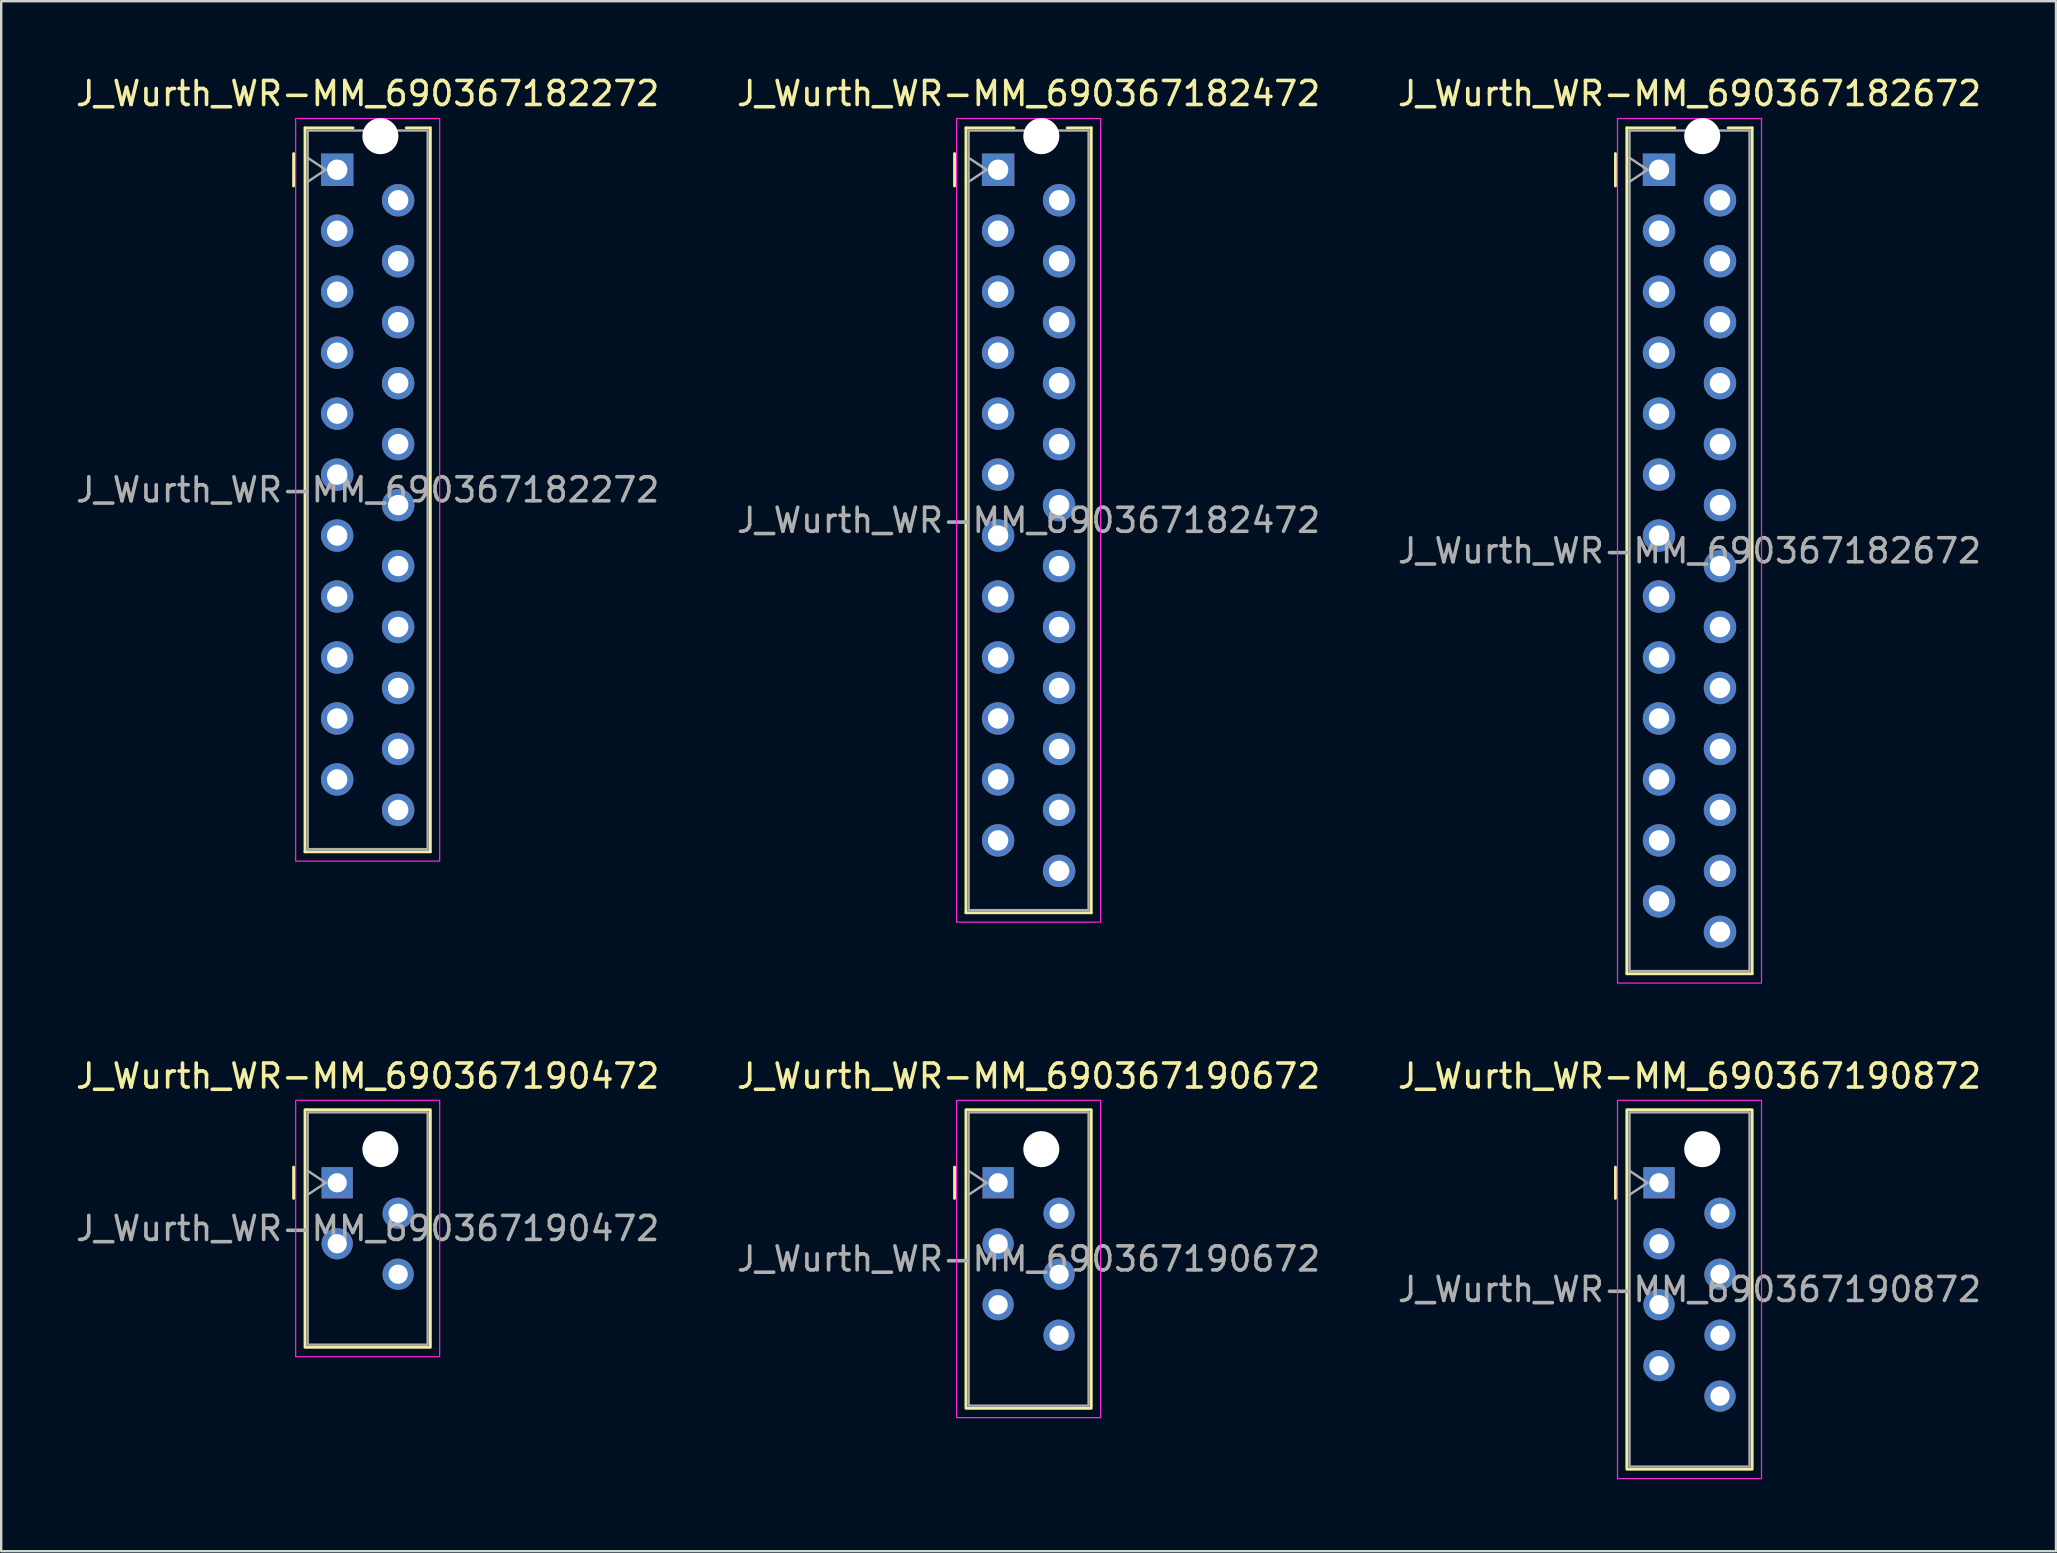
<source format=kicad_pcb>
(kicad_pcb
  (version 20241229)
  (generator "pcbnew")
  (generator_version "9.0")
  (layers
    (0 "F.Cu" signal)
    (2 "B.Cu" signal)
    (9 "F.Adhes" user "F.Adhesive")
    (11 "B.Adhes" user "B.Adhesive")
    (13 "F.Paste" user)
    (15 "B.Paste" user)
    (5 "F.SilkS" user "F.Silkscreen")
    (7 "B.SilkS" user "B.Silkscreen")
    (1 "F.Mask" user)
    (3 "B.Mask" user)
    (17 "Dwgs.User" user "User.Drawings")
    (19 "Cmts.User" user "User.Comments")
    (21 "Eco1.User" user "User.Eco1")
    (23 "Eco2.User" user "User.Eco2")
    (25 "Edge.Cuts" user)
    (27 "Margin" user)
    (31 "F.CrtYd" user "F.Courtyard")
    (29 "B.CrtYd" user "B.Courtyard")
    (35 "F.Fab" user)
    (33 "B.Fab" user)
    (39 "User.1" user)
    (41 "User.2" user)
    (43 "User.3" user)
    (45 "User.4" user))
  (footprint "J_Wurth_WR-MM_690367190672"
    (layer "F.Cu")
    (at 38.534 46.227)
    (property "Reference" "J_Wurth_WR-MM_690367190672" (at 1.27 -4.445 0) (unlocked yes) (layer "F.SilkS") (effects (font (size 1 1) (thickness 0.15))))
    (attr through_hole)
    (fp_line (start -1.815 0.65) (end -1.815 -0.65) (stroke (width 0.12) (type solid)) (layer "F.SilkS"))
    (fp_rect (start -1.34 -3.045) (end 3.88 9.395) (stroke (width 0.12) (type solid)) (fill no) (layer "F.SilkS"))
    (fp_rect (start -1.73 -3.435) (end 4.27 9.785) (stroke (width 0.05) (type solid)) (fill no) (layer "F.CrtYd"))
    (fp_line (start -0.48 0) (end -1.23 -0.5) (stroke (width 0.1) (type solid)) (layer "F.Fab"))
    (fp_line (start -0.48 0) (end -1.23 0.5) (stroke (width 0.1) (type solid)) (layer "F.Fab"))
    (fp_rect (start -1.23 -2.935) (end 3.77 9.285) (stroke (width 0.1) (type solid)) (fill no) (layer "F.Fab"))
    (fp_text user "${REFERENCE}" (at 1.27 3.175 0) (unlocked yes) (layer "F.Fab") (effects (font (size 1 1) (thickness 0.15))))
    (pad "" np_thru_hole circle (at 1.8 -1.4 90) (size 1.5 1.5) (drill 1.5) (layers "*.Cu" "*.Mask"))
    (pad "1" thru_hole rect (at 0 0 90) (size 1.3 1.3) (drill 0.8) (layers "*.Cu" "*.Mask"))
    (pad "2" thru_hole circle (at 2.54 1.27 90) (size 1.3 1.3) (drill 0.8) (layers "*.Cu" "*.Mask"))
    (pad "3" thru_hole circle (at 0 2.54 90) (size 1.3 1.3) (drill 0.8) (layers "*.Cu" "*.Mask"))
    (pad "4" thru_hole circle (at 2.54 3.81 90) (size 1.3 1.3) (drill 0.8) (layers "*.Cu" "*.Mask"))
    (pad "5" thru_hole circle (at 0 5.08 90) (size 1.3 1.3) (drill 0.8) (layers "*.Cu" "*.Mask"))
    (pad "6" thru_hole circle (at 2.54 6.35 90) (size 1.3 1.3) (drill 0.8) (layers "*.Cu" "*.Mask")))
  (footprint "J_Wurth_WR-MM_690367182672"
    (layer "F.Cu")
    (at 66.069 4.023)
    (property "Reference" "J_Wurth_WR-MM_690367182672" (at 1.27 -3.175 0) (unlocked yes) (layer "F.SilkS") (effects (font (size 1 1) (thickness 0.15))))
    (attr through_hole)
    (fp_line (start -1.815 0.675) (end -1.815 -0.675) (stroke (width 0.12) (type solid)) (layer "F.SilkS"))
    (fp_line (start -1.34 -1.745) (end -1.34 33.495) (stroke (width 0.12) (type solid)) (layer "F.SilkS"))
    (fp_line (start -1.34 -1.745) (end 0.66 -1.745) (stroke (width 0.12) (type solid)) (layer "F.SilkS"))
    (fp_line (start -1.34 33.495) (end 3.88 33.495) (stroke (width 0.12) (type solid)) (layer "F.SilkS"))
    (fp_line (start 3.88 -1.745) (end 2.88 -1.745) (stroke (width 0.12) (type solid)) (layer "F.SilkS"))
    (fp_line (start 3.88 -1.745) (end 3.88 33.495) (stroke (width 0.12) (type solid)) (layer "F.SilkS"))
    (fp_rect (start -1.73 -2.135) (end 4.27 33.885) (stroke (width 0.05) (type solid)) (fill no) (layer "F.CrtYd"))
    (fp_line (start -0.48 0) (end -1.23 -0.5) (stroke (width 0.1) (type solid)) (layer "F.Fab"))
    (fp_line (start -0.48 0) (end -1.23 0.5) (stroke (width 0.1) (type solid)) (layer "F.Fab"))
    (fp_rect (start -1.23 -1.635) (end 3.77 33.385) (stroke (width 0.1) (type solid)) (fill no) (layer "F.Fab"))
    (fp_text user "${REFERENCE}" (at 1.27 15.875 0) (unlocked yes) (layer "F.Fab") (effects (font (size 1 1) (thickness 0.15))))
    (pad "" np_thru_hole circle (at 1.8 -1.4 90) (size 1.5 1.5) (drill 1.5) (layers "*.Cu" "*.Mask"))
    (pad "1" thru_hole rect (at 0 0 90) (size 1.35 1.35) (drill 0.85) (layers "*.Cu" "*.Mask"))
    (pad "2" thru_hole circle (at 2.54 1.27 90) (size 1.35 1.35) (drill 0.85) (layers "*.Cu" "*.Mask"))
    (pad "3" thru_hole circle (at 0 2.54 90) (size 1.35 1.35) (drill 0.85) (layers "*.Cu" "*.Mask"))
    (pad "4" thru_hole circle (at 2.54 3.81 90) (size 1.35 1.35) (drill 0.85) (layers "*.Cu" "*.Mask"))
    (pad "5" thru_hole circle (at 0 5.08 90) (size 1.35 1.35) (drill 0.85) (layers "*.Cu" "*.Mask"))
    (pad "6" thru_hole circle (at 2.54 6.35 90) (size 1.35 1.35) (drill 0.85) (layers "*.Cu" "*.Mask"))
    (pad "7" thru_hole circle (at 0 7.62 90) (size 1.35 1.35) (drill 0.85) (layers "*.Cu" "*.Mask"))
    (pad "8" thru_hole circle (at 2.54 8.89 90) (size 1.35 1.35) (drill 0.85) (layers "*.Cu" "*.Mask"))
    (pad "9" thru_hole circle (at 0 10.16 90) (size 1.35 1.35) (drill 0.85) (layers "*.Cu" "*.Mask"))
    (pad "10" thru_hole circle (at 2.54 11.43 90) (size 1.35 1.35) (drill 0.85) (layers "*.Cu" "*.Mask"))
    (pad "11" thru_hole circle (at 0 12.7 90) (size 1.35 1.35) (drill 0.85) (layers "*.Cu" "*.Mask"))
    (pad "12" thru_hole circle (at 2.54 13.97 90) (size 1.35 1.35) (drill 0.85) (layers "*.Cu" "*.Mask"))
    (pad "13" thru_hole circle (at 0 15.24 90) (size 1.35 1.35) (drill 0.85) (layers "*.Cu" "*.Mask"))
    (pad "14" thru_hole circle (at 2.54 16.51 90) (size 1.35 1.35) (drill 0.85) (layers "*.Cu" "*.Mask"))
    (pad "15" thru_hole circle (at 0 17.78 90) (size 1.35 1.35) (drill 0.85) (layers "*.Cu" "*.Mask"))
    (pad "16" thru_hole circle (at 2.54 19.05 90) (size 1.35 1.35) (drill 0.85) (layers "*.Cu" "*.Mask"))
    (pad "17" thru_hole circle (at 0 20.32 90) (size 1.35 1.35) (drill 0.85) (layers "*.Cu" "*.Mask"))
    (pad "18" thru_hole circle (at 2.54 21.59 90) (size 1.35 1.35) (drill 0.85) (layers "*.Cu" "*.Mask"))
    (pad "19" thru_hole circle (at 0 22.86 90) (size 1.35 1.35) (drill 0.85) (layers "*.Cu" "*.Mask"))
    (pad "20" thru_hole circle (at 2.54 24.13 90) (size 1.35 1.35) (drill 0.85) (layers "*.Cu" "*.Mask"))
    (pad "21" thru_hole circle (at 0 25.4 90) (size 1.35 1.35) (drill 0.85) (layers "*.Cu" "*.Mask"))
    (pad "22" thru_hole circle (at 2.54 26.67 90) (size 1.35 1.35) (drill 0.85) (layers "*.Cu" "*.Mask"))
    (pad "23" thru_hole circle (at 0 27.94 90) (size 1.35 1.35) (drill 0.85) (layers "*.Cu" "*.Mask"))
    (pad "24" thru_hole circle (at 2.54 29.21 90) (size 1.35 1.35) (drill 0.85) (layers "*.Cu" "*.Mask"))
    (pad "25" thru_hole circle (at 0 30.48 90) (size 1.35 1.35) (drill 0.85) (layers "*.Cu" "*.Mask"))
    (pad "26" thru_hole circle (at 2.54 31.75 90) (size 1.35 1.35) (drill 0.85) (layers "*.Cu" "*.Mask")))
  (footprint "J_Wurth_WR-MM_690367182472"
    (layer "F.Cu")
    (at 38.534 4.023)
    (property "Reference" "J_Wurth_WR-MM_690367182472" (at 1.27 -3.175 0) (unlocked yes) (layer "F.SilkS") (effects (font (size 1 1) (thickness 0.15))))
    (attr through_hole)
    (fp_line (start -1.815 0.675) (end -1.815 -0.675) (stroke (width 0.12) (type solid)) (layer "F.SilkS"))
    (fp_line (start -1.34 -1.745) (end -1.34 30.955) (stroke (width 0.12) (type solid)) (layer "F.SilkS"))
    (fp_line (start -1.34 -1.745) (end 0.66 -1.745) (stroke (width 0.12) (type solid)) (layer "F.SilkS"))
    (fp_line (start -1.34 30.955) (end 3.88 30.955) (stroke (width 0.12) (type solid)) (layer "F.SilkS"))
    (fp_line (start 3.88 -1.745) (end 2.88 -1.745) (stroke (width 0.12) (type solid)) (layer "F.SilkS"))
    (fp_line (start 3.88 -1.745) (end 3.88 30.955) (stroke (width 0.12) (type solid)) (layer "F.SilkS"))
    (fp_rect (start -1.73 -2.135) (end 4.27 31.345) (stroke (width 0.05) (type solid)) (fill no) (layer "F.CrtYd"))
    (fp_line (start -0.48 0) (end -1.23 -0.5) (stroke (width 0.1) (type solid)) (layer "F.Fab"))
    (fp_line (start -0.48 0) (end -1.23 0.5) (stroke (width 0.1) (type solid)) (layer "F.Fab"))
    (fp_rect (start -1.23 -1.635) (end 3.77 30.845) (stroke (width 0.1) (type solid)) (fill no) (layer "F.Fab"))
    (fp_text user "${REFERENCE}" (at 1.27 14.605 0) (unlocked yes) (layer "F.Fab") (effects (font (size 1 1) (thickness 0.15))))
    (pad "" np_thru_hole circle (at 1.8 -1.4 90) (size 1.5 1.5) (drill 1.5) (layers "*.Cu" "*.Mask"))
    (pad "1" thru_hole rect (at 0 0 90) (size 1.35 1.35) (drill 0.85) (layers "*.Cu" "*.Mask"))
    (pad "2" thru_hole circle (at 2.54 1.27 90) (size 1.35 1.35) (drill 0.85) (layers "*.Cu" "*.Mask"))
    (pad "3" thru_hole circle (at 0 2.54 90) (size 1.35 1.35) (drill 0.85) (layers "*.Cu" "*.Mask"))
    (pad "4" thru_hole circle (at 2.54 3.81 90) (size 1.35 1.35) (drill 0.85) (layers "*.Cu" "*.Mask"))
    (pad "5" thru_hole circle (at 0 5.08 90) (size 1.35 1.35) (drill 0.85) (layers "*.Cu" "*.Mask"))
    (pad "6" thru_hole circle (at 2.54 6.35 90) (size 1.35 1.35) (drill 0.85) (layers "*.Cu" "*.Mask"))
    (pad "7" thru_hole circle (at 0 7.62 90) (size 1.35 1.35) (drill 0.85) (layers "*.Cu" "*.Mask"))
    (pad "8" thru_hole circle (at 2.54 8.89 90) (size 1.35 1.35) (drill 0.85) (layers "*.Cu" "*.Mask"))
    (pad "9" thru_hole circle (at 0 10.16 90) (size 1.35 1.35) (drill 0.85) (layers "*.Cu" "*.Mask"))
    (pad "10" thru_hole circle (at 2.54 11.43 90) (size 1.35 1.35) (drill 0.85) (layers "*.Cu" "*.Mask"))
    (pad "11" thru_hole circle (at 0 12.7 90) (size 1.35 1.35) (drill 0.85) (layers "*.Cu" "*.Mask"))
    (pad "12" thru_hole circle (at 2.54 13.97 90) (size 1.35 1.35) (drill 0.85) (layers "*.Cu" "*.Mask"))
    (pad "13" thru_hole circle (at 0 15.24 90) (size 1.35 1.35) (drill 0.85) (layers "*.Cu" "*.Mask"))
    (pad "14" thru_hole circle (at 2.54 16.51 90) (size 1.35 1.35) (drill 0.85) (layers "*.Cu" "*.Mask"))
    (pad "15" thru_hole circle (at 0 17.78 90) (size 1.35 1.35) (drill 0.85) (layers "*.Cu" "*.Mask"))
    (pad "16" thru_hole circle (at 2.54 19.05 90) (size 1.35 1.35) (drill 0.85) (layers "*.Cu" "*.Mask"))
    (pad "17" thru_hole circle (at 0 20.32 90) (size 1.35 1.35) (drill 0.85) (layers "*.Cu" "*.Mask"))
    (pad "18" thru_hole circle (at 2.54 21.59 90) (size 1.35 1.35) (drill 0.85) (layers "*.Cu" "*.Mask"))
    (pad "19" thru_hole circle (at 0 22.86 90) (size 1.35 1.35) (drill 0.85) (layers "*.Cu" "*.Mask"))
    (pad "20" thru_hole circle (at 2.54 24.13 90) (size 1.35 1.35) (drill 0.85) (layers "*.Cu" "*.Mask"))
    (pad "21" thru_hole circle (at 0 25.4 90) (size 1.35 1.35) (drill 0.85) (layers "*.Cu" "*.Mask"))
    (pad "22" thru_hole circle (at 2.54 26.67 90) (size 1.35 1.35) (drill 0.85) (layers "*.Cu" "*.Mask"))
    (pad "23" thru_hole circle (at 0 27.94 90) (size 1.35 1.35) (drill 0.85) (layers "*.Cu" "*.Mask"))
    (pad "24" thru_hole circle (at 2.54 29.21 90) (size 1.35 1.35) (drill 0.85) (layers "*.Cu" "*.Mask")))
  (footprint "J_Wurth_WR-MM_690367190872"
    (layer "F.Cu")
    (at 66.069 46.227)
    (property "Reference" "J_Wurth_WR-MM_690367190872" (at 1.27 -4.445 0) (unlocked yes) (layer "F.SilkS") (effects (font (size 1 1) (thickness 0.15))))
    (attr through_hole)
    (fp_line (start -1.815 0.65) (end -1.815 -0.65) (stroke (width 0.12) (type solid)) (layer "F.SilkS"))
    (fp_rect (start -1.34 -3.045) (end 3.88 11.935) (stroke (width 0.12) (type solid)) (fill no) (layer "F.SilkS"))
    (fp_rect (start -1.73 -3.435) (end 4.27 12.325) (stroke (width 0.05) (type solid)) (fill no) (layer "F.CrtYd"))
    (fp_line (start -0.48 0) (end -1.23 -0.5) (stroke (width 0.1) (type solid)) (layer "F.Fab"))
    (fp_line (start -0.48 0) (end -1.23 0.5) (stroke (width 0.1) (type solid)) (layer "F.Fab"))
    (fp_rect (start -1.23 -2.935) (end 3.77 11.825) (stroke (width 0.1) (type solid)) (fill no) (layer "F.Fab"))
    (fp_text user "${REFERENCE}" (at 1.27 4.445 0) (unlocked yes) (layer "F.Fab") (effects (font (size 1 1) (thickness 0.15))))
    (pad "" np_thru_hole circle (at 1.8 -1.4 90) (size 1.5 1.5) (drill 1.5) (layers "*.Cu" "*.Mask"))
    (pad "1" thru_hole rect (at 0 0 90) (size 1.3 1.3) (drill 0.8) (layers "*.Cu" "*.Mask"))
    (pad "2" thru_hole circle (at 2.54 1.27 90) (size 1.3 1.3) (drill 0.8) (layers "*.Cu" "*.Mask"))
    (pad "3" thru_hole circle (at 0 2.54 90) (size 1.3 1.3) (drill 0.8) (layers "*.Cu" "*.Mask"))
    (pad "4" thru_hole circle (at 2.54 3.81 90) (size 1.3 1.3) (drill 0.8) (layers "*.Cu" "*.Mask"))
    (pad "5" thru_hole circle (at 0 5.08 90) (size 1.3 1.3) (drill 0.8) (layers "*.Cu" "*.Mask"))
    (pad "6" thru_hole circle (at 2.54 6.35 90) (size 1.3 1.3) (drill 0.8) (layers "*.Cu" "*.Mask"))
    (pad "7" thru_hole circle (at 0 7.62 90) (size 1.3 1.3) (drill 0.8) (layers "*.Cu" "*.Mask"))
    (pad "8" thru_hole circle (at 2.54 8.89 90) (size 1.3 1.3) (drill 0.8) (layers "*.Cu" "*.Mask")))
  (footprint "J_Wurth_WR-MM_690367182272"
    (layer "F.Cu")
    (at 10.998 4.023)
    (property "Reference" "J_Wurth_WR-MM_690367182272" (at 1.27 -3.175 0) (unlocked yes) (layer "F.SilkS") (effects (font (size 1 1) (thickness 0.15))))
    (attr through_hole)
    (fp_line (start -1.815 0.675) (end -1.815 -0.675) (stroke (width 0.12) (type solid)) (layer "F.SilkS"))
    (fp_line (start -1.34 -1.745) (end -1.34 28.415) (stroke (width 0.12) (type solid)) (layer "F.SilkS"))
    (fp_line (start -1.34 -1.745) (end 0.66 -1.745) (stroke (width 0.12) (type solid)) (layer "F.SilkS"))
    (fp_line (start -1.34 28.415) (end 3.88 28.415) (stroke (width 0.12) (type solid)) (layer "F.SilkS"))
    (fp_line (start 3.88 -1.745) (end 2.88 -1.745) (stroke (width 0.12) (type solid)) (layer "F.SilkS"))
    (fp_line (start 3.88 -1.745) (end 3.88 28.415) (stroke (width 0.12) (type solid)) (layer "F.SilkS"))
    (fp_rect (start -1.73 -2.135) (end 4.27 28.805) (stroke (width 0.05) (type solid)) (fill no) (layer "F.CrtYd"))
    (fp_line (start -0.48 0) (end -1.23 -0.5) (stroke (width 0.1) (type solid)) (layer "F.Fab"))
    (fp_line (start -0.48 0) (end -1.23 0.5) (stroke (width 0.1) (type solid)) (layer "F.Fab"))
    (fp_rect (start -1.23 -1.635) (end 3.77 28.305) (stroke (width 0.1) (type solid)) (fill no) (layer "F.Fab"))
    (fp_text user "${REFERENCE}" (at 1.27 13.335 0) (unlocked yes) (layer "F.Fab") (effects (font (size 1 1) (thickness 0.15))))
    (pad "" np_thru_hole circle (at 1.8 -1.4 90) (size 1.5 1.5) (drill 1.5) (layers "*.Cu" "*.Mask"))
    (pad "1" thru_hole rect (at 0 0 90) (size 1.35 1.35) (drill 0.85) (layers "*.Cu" "*.Mask"))
    (pad "2" thru_hole circle (at 2.54 1.27 90) (size 1.35 1.35) (drill 0.85) (layers "*.Cu" "*.Mask"))
    (pad "3" thru_hole circle (at 0 2.54 90) (size 1.35 1.35) (drill 0.85) (layers "*.Cu" "*.Mask"))
    (pad "4" thru_hole circle (at 2.54 3.81 90) (size 1.35 1.35) (drill 0.85) (layers "*.Cu" "*.Mask"))
    (pad "5" thru_hole circle (at 0 5.08 90) (size 1.35 1.35) (drill 0.85) (layers "*.Cu" "*.Mask"))
    (pad "6" thru_hole circle (at 2.54 6.35 90) (size 1.35 1.35) (drill 0.85) (layers "*.Cu" "*.Mask"))
    (pad "7" thru_hole circle (at 0 7.62 90) (size 1.35 1.35) (drill 0.85) (layers "*.Cu" "*.Mask"))
    (pad "8" thru_hole circle (at 2.54 8.89 90) (size 1.35 1.35) (drill 0.85) (layers "*.Cu" "*.Mask"))
    (pad "9" thru_hole circle (at 0 10.16 90) (size 1.35 1.35) (drill 0.85) (layers "*.Cu" "*.Mask"))
    (pad "10" thru_hole circle (at 2.54 11.43 90) (size 1.35 1.35) (drill 0.85) (layers "*.Cu" "*.Mask"))
    (pad "11" thru_hole circle (at 0 12.7 90) (size 1.35 1.35) (drill 0.85) (layers "*.Cu" "*.Mask"))
    (pad "12" thru_hole circle (at 2.54 13.97 90) (size 1.35 1.35) (drill 0.85) (layers "*.Cu" "*.Mask"))
    (pad "13" thru_hole circle (at 0 15.24 90) (size 1.35 1.35) (drill 0.85) (layers "*.Cu" "*.Mask"))
    (pad "14" thru_hole circle (at 2.54 16.51 90) (size 1.35 1.35) (drill 0.85) (layers "*.Cu" "*.Mask"))
    (pad "15" thru_hole circle (at 0 17.78 90) (size 1.35 1.35) (drill 0.85) (layers "*.Cu" "*.Mask"))
    (pad "16" thru_hole circle (at 2.54 19.05 90) (size 1.35 1.35) (drill 0.85) (layers "*.Cu" "*.Mask"))
    (pad "17" thru_hole circle (at 0 20.32 90) (size 1.35 1.35) (drill 0.85) (layers "*.Cu" "*.Mask"))
    (pad "18" thru_hole circle (at 2.54 21.59 90) (size 1.35 1.35) (drill 0.85) (layers "*.Cu" "*.Mask"))
    (pad "19" thru_hole circle (at 0 22.86 90) (size 1.35 1.35) (drill 0.85) (layers "*.Cu" "*.Mask"))
    (pad "20" thru_hole circle (at 2.54 24.13 90) (size 1.35 1.35) (drill 0.85) (layers "*.Cu" "*.Mask"))
    (pad "21" thru_hole circle (at 0 25.4 90) (size 1.35 1.35) (drill 0.85) (layers "*.Cu" "*.Mask"))
    (pad "22" thru_hole circle (at 2.54 26.67 90) (size 1.35 1.35) (drill 0.85) (layers "*.Cu" "*.Mask")))
  (footprint "J_Wurth_WR-MM_690367190472"
    (layer "F.Cu")
    (at 10.998 46.227)
    (property "Reference" "J_Wurth_WR-MM_690367190472" (at 1.27 -4.445 0) (unlocked yes) (layer "F.SilkS") (effects (font (size 1 1) (thickness 0.15))))
    (attr through_hole)
    (fp_line (start -1.815 0.65) (end -1.815 -0.65) (stroke (width 0.12) (type solid)) (layer "F.SilkS"))
    (fp_rect (start -1.34 -3.045) (end 3.88 6.855) (stroke (width 0.12) (type solid)) (fill no) (layer "F.SilkS"))
    (fp_rect (start -1.73 -3.435) (end 4.27 7.245) (stroke (width 0.05) (type solid)) (fill no) (layer "F.CrtYd"))
    (fp_line (start -0.48 0) (end -1.23 -0.5) (stroke (width 0.1) (type solid)) (layer "F.Fab"))
    (fp_line (start -0.48 0) (end -1.23 0.5) (stroke (width 0.1) (type solid)) (layer "F.Fab"))
    (fp_rect (start -1.23 -2.935) (end 3.77 6.745) (stroke (width 0.1) (type solid)) (fill no) (layer "F.Fab"))
    (fp_text user "${REFERENCE}" (at 1.27 1.905 0) (unlocked yes) (layer "F.Fab") (effects (font (size 1 1) (thickness 0.15))))
    (pad "" np_thru_hole circle (at 1.8 -1.4 90) (size 1.5 1.5) (drill 1.5) (layers "*.Cu" "*.Mask"))
    (pad "1" thru_hole rect (at 0 0 90) (size 1.3 1.3) (drill 0.8) (layers "*.Cu" "*.Mask"))
    (pad "2" thru_hole circle (at 2.54 1.27 90) (size 1.3 1.3) (drill 0.8) (layers "*.Cu" "*.Mask"))
    (pad "3" thru_hole circle (at 0 2.54 90) (size 1.3 1.3) (drill 0.8) (layers "*.Cu" "*.Mask"))
    (pad "4" thru_hole circle (at 2.54 3.81 90) (size 1.3 1.3) (drill 0.8) (layers "*.Cu" "*.Mask")))
  (gr_rect
    (start -3 -3)
    (end 82.607 61.577)
    (stroke (width 0.1) (type default))
    (fill no)
    (layer "Edge.Cuts")))
</source>
